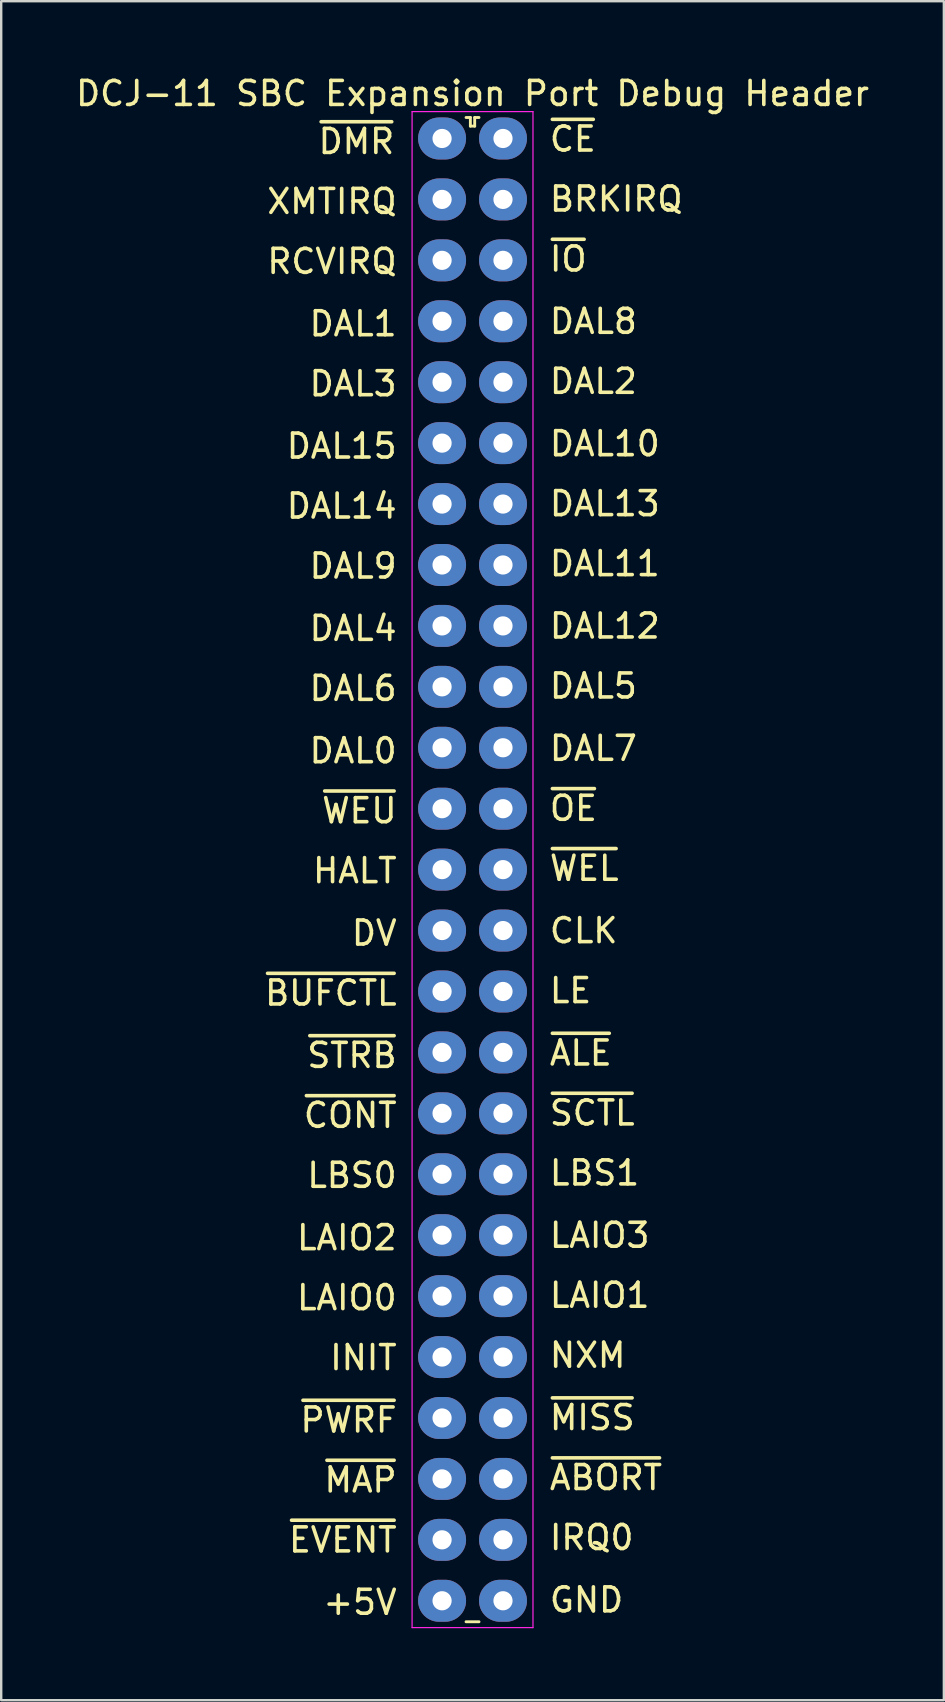
<source format=kicad_pcb>
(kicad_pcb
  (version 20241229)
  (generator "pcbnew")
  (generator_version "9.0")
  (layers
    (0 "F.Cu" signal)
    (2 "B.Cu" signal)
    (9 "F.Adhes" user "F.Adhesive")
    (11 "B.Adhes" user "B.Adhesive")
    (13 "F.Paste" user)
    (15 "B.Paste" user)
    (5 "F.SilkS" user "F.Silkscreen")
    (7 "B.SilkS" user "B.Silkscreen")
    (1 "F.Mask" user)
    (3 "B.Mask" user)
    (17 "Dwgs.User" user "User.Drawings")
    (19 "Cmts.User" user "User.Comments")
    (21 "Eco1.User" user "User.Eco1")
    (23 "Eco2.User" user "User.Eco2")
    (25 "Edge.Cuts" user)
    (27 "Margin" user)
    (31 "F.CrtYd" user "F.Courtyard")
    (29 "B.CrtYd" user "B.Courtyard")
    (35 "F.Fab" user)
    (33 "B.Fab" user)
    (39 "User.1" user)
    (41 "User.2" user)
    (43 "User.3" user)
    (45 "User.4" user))
  (footprint "DCJ-11 SBC Expansion Port Debug Header"
    (layer "F.Cu")
    (at 16.379 32.933)
    (property "Reference" "DCJ-11 SBC Expansion Port Debug Header" (at 0.27 -32.085 0) (layer "F.SilkS") (effects (font (size 1 1) (thickness 0.15))))
    (attr through_hole)
    (fp_line (start 0 31.625) (end 0.54 31.625) (stroke (width 0.12) (type default)) (layer "F.SilkS"))
    (fp_line (start 0.18 -31.085) (end 0.000001 -31.085) (stroke (width 0.12) (type default)) (layer "F.SilkS"))
    (fp_line (start 0.18 -30.725) (end 0.18 -31.085) (stroke (width 0.12) (type default)) (layer "F.SilkS"))
    (fp_line (start 0.36 -31.085) (end 0.36 -30.725) (stroke (width 0.12) (type default)) (layer "F.SilkS"))
    (fp_line (start 0.36 -30.725) (end 0.18 -30.725) (stroke (width 0.12) (type default)) (layer "F.SilkS"))
    (fp_line (start 0.54 -31.085) (end 0.36 -31.085) (stroke (width 0.12) (type default)) (layer "F.SilkS"))
    (fp_line (start -2.25 -31.33) (end 2.79 -31.33) (stroke (width 0.05) (type default)) (layer "F.CrtYd"))
    (fp_line (start -2.25 31.87) (end -2.25 -31.33) (stroke (width 0.05) (type default)) (layer "F.CrtYd"))
    (fp_line (start 2.79 -31.33) (end 2.79 31.87) (stroke (width 0.05) (type default)) (layer "F.CrtYd"))
    (fp_line (start 2.79 31.87) (end -2.25 31.87) (stroke (width 0.05) (type default)) (layer "F.CrtYd"))
    (fp_text user "CLK" (at 3.4 3.4 0) (unlocked yes) (layer "F.SilkS") (effects (font (size 1 1) (thickness 0.15)) (justify left bottom)))
    (fp_text user "GND" (at 3.4 31.3 0) (unlocked yes) (layer "F.SilkS") (effects (font (size 1 1) (thickness 0.15)) (justify left bottom)))
    (fp_text user "DAL1" (at -2.8 -21.9 0) (unlocked yes) (layer "F.SilkS") (effects (font (size 1 1) (thickness 0.15)) (justify right bottom)))
    (fp_text user "~{WEL}" (at 3.4 0.8 0) (unlocked yes) (layer "F.SilkS") (effects (font (size 1 1) (thickness 0.15)) (justify left bottom)))
    (fp_text user "IRQ0" (at 3.4 28.7 0) (unlocked yes) (layer "F.SilkS") (effects (font (size 1 1) (thickness 0.15)) (justify left bottom)))
    (fp_text user "DAL12" (at 3.4 -9.3 0) (unlocked yes) (layer "F.SilkS") (effects (font (size 1 1) (thickness 0.15)) (justify left bottom)))
    (fp_text user "~{DMR}" (at -2.9 -29.5 0) (unlocked yes) (layer "F.SilkS") (effects (font (size 1 1) (thickness 0.15)) (justify right bottom)))
    (fp_text user "LAIO2" (at -2.8 16.2 0) (unlocked yes) (layer "F.SilkS") (effects (font (size 1 1) (thickness 0.15)) (justify right bottom)))
    (fp_text user "DAL14" (at -2.8 -14.3 0) (unlocked yes) (layer "F.SilkS") (effects (font (size 1 1) (thickness 0.15)) (justify right bottom)))
    (fp_text user "~{OE}" (at 3.4 -1.7 0) (unlocked yes) (layer "F.SilkS") (effects (font (size 1 1) (thickness 0.15)) (justify left bottom)))
    (fp_text user "INIT" (at -2.8 21.2 0) (unlocked yes) (layer "F.SilkS") (effects (font (size 1 1) (thickness 0.15)) (justify right bottom)))
    (fp_text user "DAL11" (at 3.4 -11.9 0) (unlocked yes) (layer "F.SilkS") (effects (font (size 1 1) (thickness 0.15)) (justify left bottom)))
    (fp_text user "~{CONT}" (at -2.8 11.1 0) (unlocked yes) (layer "F.SilkS") (effects (font (size 1 1) (thickness 0.15)) (justify right bottom)))
    (fp_text user "DAL3" (at -2.8 -19.4 0) (unlocked yes) (layer "F.SilkS") (effects (font (size 1 1) (thickness 0.15)) (justify right bottom)))
    (fp_text user "~{EVENT}" (at -2.8 28.8 0) (unlocked yes) (layer "F.SilkS") (effects (font (size 1 1) (thickness 0.15)) (justify right bottom)))
    (fp_text user "DAL6" (at -2.8 -6.7 0) (unlocked yes) (layer "F.SilkS") (effects (font (size 1 1) (thickness 0.15)) (justify right bottom)))
    (fp_text user "DAL9" (at -2.8 -11.8 0) (unlocked yes) (layer "F.SilkS") (effects (font (size 1 1) (thickness 0.15)) (justify right bottom)))
    (fp_text user "~{SCTL}" (at 3.4 11 0) (unlocked yes) (layer "F.SilkS") (effects (font (size 1 1) (thickness 0.15)) (justify left bottom)))
    (fp_text user "~{MAP}" (at -2.8 26.3 0) (unlocked yes) (layer "F.SilkS") (effects (font (size 1 1) (thickness 0.15)) (justify right bottom)))
    (fp_text user "DAL5" (at 3.4 -6.8 0) (unlocked yes) (layer "F.SilkS") (effects (font (size 1 1) (thickness 0.15)) (justify left bottom)))
    (fp_text user "~{MISS}" (at 3.4 23.7 0) (unlocked yes) (layer "F.SilkS") (effects (font (size 1 1) (thickness 0.15)) (justify left bottom)))
    (fp_text user "DAL13" (at 3.4 -14.4 0) (unlocked yes) (layer "F.SilkS") (effects (font (size 1 1) (thickness 0.15)) (justify left bottom)))
    (fp_text user "HALT" (at -2.8 0.9 0) (unlocked yes) (layer "F.SilkS") (effects (font (size 1 1) (thickness 0.15)) (justify right bottom)))
    (fp_text user "DAL10" (at 3.4 -16.9 0) (unlocked yes) (layer "F.SilkS") (effects (font (size 1 1) (thickness 0.15)) (justify left bottom)))
    (fp_text user "~{BUFCTL}" (at -2.8 6 0) (unlocked yes) (layer "F.SilkS") (effects (font (size 1 1) (thickness 0.15)) (justify right bottom)))
    (fp_text user "~{ALE}" (at 3.4 8.5 0) (unlocked yes) (layer "F.SilkS") (effects (font (size 1 1) (thickness 0.15)) (justify left bottom)))
    (fp_text user "~{ABORT}" (at 3.4 26.2 0) (unlocked yes) (layer "F.SilkS") (effects (font (size 1 1) (thickness 0.15)) (justify left bottom)))
    (fp_text user "LAIO0" (at -2.8 18.7 0) (unlocked yes) (layer "F.SilkS") (effects (font (size 1 1) (thickness 0.15)) (justify right bottom)))
    (fp_text user "DAL0" (at -2.8 -4.1 0) (unlocked yes) (layer "F.SilkS") (effects (font (size 1 1) (thickness 0.15)) (justify right bottom)))
    (fp_text user "LAIO1" (at 3.4 18.6 0) (unlocked yes) (layer "F.SilkS") (effects (font (size 1 1) (thickness 0.15)) (justify left bottom)))
    (fp_text user "DV" (at -2.8 3.5 0) (unlocked yes) (layer "F.SilkS") (effects (font (size 1 1) (thickness 0.15)) (justify right bottom)))
    (fp_text user "DAL4" (at -2.8 -9.2 0) (unlocked yes) (layer "F.SilkS") (effects (font (size 1 1) (thickness 0.15)) (justify right bottom)))
    (fp_text user "XMTIRQ" (at -2.8 -27 0) (unlocked yes) (layer "F.SilkS") (effects (font (size 1 1) (thickness 0.15)) (justify right bottom)))
    (fp_text user "+5V" (at -2.8 31.4 0) (unlocked yes) (layer "F.SilkS") (effects (font (size 1 1) (thickness 0.15)) (justify right bottom)))
    (fp_text user "LBS1" (at 3.4 13.5 0) (unlocked yes) (layer "F.SilkS") (effects (font (size 1 1) (thickness 0.15)) (justify left bottom)))
    (fp_text user "LE" (at 3.4 5.9 0) (unlocked yes) (layer "F.SilkS") (effects (font (size 1 1) (thickness 0.15)) (justify left bottom)))
    (fp_text user "DAL7" (at 3.4 -4.2 0) (unlocked yes) (layer "F.SilkS") (effects (font (size 1 1) (thickness 0.15)) (justify left bottom)))
    (fp_text user "DAL8" (at 3.4 -22 0) (unlocked yes) (layer "F.SilkS") (effects (font (size 1 1) (thickness 0.15)) (justify left bottom)))
    (fp_text user "NXM" (at 3.4 21.1 0) (unlocked yes) (layer "F.SilkS") (effects (font (size 1 1) (thickness 0.15)) (justify left bottom)))
    (fp_text user "~{STRB}" (at -2.8 8.6 0) (unlocked yes) (layer "F.SilkS") (effects (font (size 1 1) (thickness 0.15)) (justify right bottom)))
    (fp_text user "RCVIRQ" (at -2.8 -24.5 0) (unlocked yes) (layer "F.SilkS") (effects (font (size 1 1) (thickness 0.15)) (justify right bottom)))
    (fp_text user "DAL15" (at -2.8 -16.8 0) (unlocked yes) (layer "F.SilkS") (effects (font (size 1 1) (thickness 0.15)) (justify right bottom)))
    (fp_text user "~{PWRF}" (at -2.8 23.8 0) (unlocked yes) (layer "F.SilkS") (effects (font (size 1 1) (thickness 0.15)) (justify right bottom)))
    (fp_text user "~{IO}" (at 3.4 -24.6 0) (unlocked yes) (layer "F.SilkS") (effects (font (size 1 1) (thickness 0.15)) (justify left bottom)))
    (fp_text user "~{CE}" (at 3.4 -29.6 0) (unlocked yes) (layer "F.SilkS") (effects (font (size 1 1) (thickness 0.15)) (justify left bottom)))
    (fp_text user "DAL2" (at 3.4 -19.5 0) (unlocked yes) (layer "F.SilkS") (effects (font (size 1 1) (thickness 0.15)) (justify left bottom)))
    (fp_text user "LBS0" (at -2.8 13.6 0) (unlocked yes) (layer "F.SilkS") (effects (font (size 1 1) (thickness 0.15)) (justify right bottom)))
    (fp_text user "~{WEU}" (at -2.8 -1.6 0) (unlocked yes) (layer "F.SilkS") (effects (font (size 1 1) (thickness 0.15)) (justify right bottom)))
    (fp_text user "BRKIRQ" (at 3.4 -27.1 0) (unlocked yes) (layer "F.SilkS") (effects (font (size 1 1) (thickness 0.15)) (justify left bottom)))
    (fp_text user "LAIO3" (at 3.4 16.1 0) (unlocked yes) (layer "F.SilkS") (effects (font (size 1 1) (thickness 0.15)) (justify left bottom)))
    (pad "1" thru_hole oval (at -1 -30.21 270) (size 1.75 2) (drill 0.8) (layers "*.Cu" "*.Mask"))
    (pad "2" thru_hole oval (at -1 -27.67 270) (size 1.75 2) (drill 0.8) (layers "*.Cu" "*.Mask"))
    (pad "3" thru_hole oval (at -1 -25.13 270) (size 1.75 2) (drill 0.8) (layers "*.Cu" "*.Mask"))
    (pad "4" thru_hole oval (at -1 -22.59 270) (size 1.75 2) (drill 0.8) (layers "*.Cu" "*.Mask"))
    (pad "5" thru_hole oval (at -1 -20.05 270) (size 1.75 2) (drill 0.8) (layers "*.Cu" "*.Mask"))
    (pad "6" thru_hole oval (at -1 -17.51 270) (size 1.75 2) (drill 0.8) (layers "*.Cu" "*.Mask"))
    (pad "7" thru_hole oval (at -1 -14.97 270) (size 1.75 2) (drill 0.8) (layers "*.Cu" "*.Mask"))
    (pad "8" thru_hole oval (at -1 -12.43 270) (size 1.75 2) (drill 0.8) (layers "*.Cu" "*.Mask"))
    (pad "9" thru_hole oval (at -1 -9.89 270) (size 1.75 2) (drill 0.8) (layers "*.Cu" "*.Mask"))
    (pad "10" thru_hole oval (at -1 -7.35 270) (size 1.75 2) (drill 0.8) (layers "*.Cu" "*.Mask"))
    (pad "11" thru_hole oval (at -1 -4.81 270) (size 1.75 2) (drill 0.8) (layers "*.Cu" "*.Mask"))
    (pad "12" thru_hole oval (at -1 -2.27 270) (size 1.75 2) (drill 0.8) (layers "*.Cu" "*.Mask"))
    (pad "13" thru_hole oval (at -1 0.27 270) (size 1.75 2) (drill 0.8) (layers "*.Cu" "*.Mask"))
    (pad "14" thru_hole oval (at -1 2.81 270) (size 1.75 2) (drill 0.8) (layers "*.Cu" "*.Mask"))
    (pad "15" thru_hole oval (at -1 5.35 270) (size 1.75 2) (drill 0.8) (layers "*.Cu" "*.Mask"))
    (pad "16" thru_hole oval (at -1 7.89 270) (size 1.75 2) (drill 0.8) (layers "*.Cu" "*.Mask"))
    (pad "17" thru_hole oval (at -1 10.43 270) (size 1.75 2) (drill 0.8) (layers "*.Cu" "*.Mask"))
    (pad "18" thru_hole oval (at -1 12.97 270) (size 1.75 2) (drill 0.8) (layers "*.Cu" "*.Mask"))
    (pad "19" thru_hole oval (at -1 15.51 270) (size 1.75 2) (drill 0.8) (layers "*.Cu" "*.Mask"))
    (pad "20" thru_hole oval (at -1 18.05 270) (size 1.75 2) (drill 0.8) (layers "*.Cu" "*.Mask"))
    (pad "21" thru_hole oval (at -1 20.59 270) (size 1.75 2) (drill 0.8) (layers "*.Cu" "*.Mask"))
    (pad "22" thru_hole oval (at -1 23.13 270) (size 1.75 2) (drill 0.8) (layers "*.Cu" "*.Mask"))
    (pad "23" thru_hole oval (at -1 25.67 270) (size 1.75 2) (drill 0.8) (layers "*.Cu" "*.Mask"))
    (pad "24" thru_hole oval (at -1 28.21 270) (size 1.75 2) (drill 0.8) (layers "*.Cu" "*.Mask"))
    (pad "25" thru_hole oval (at -1 30.75 270) (size 1.75 2) (drill 0.8) (layers "*.Cu" "*.Mask"))
    (pad "26" thru_hole oval (at 1.54 30.75 270) (size 1.75 2) (drill 0.8) (layers "*.Cu" "*.Mask"))
    (pad "27" thru_hole oval (at 1.54 28.21 270) (size 1.75 2) (drill 0.8) (layers "*.Cu" "*.Mask"))
    (pad "28" thru_hole oval (at 1.54 25.67 270) (size 1.75 2) (drill 0.8) (layers "*.Cu" "*.Mask"))
    (pad "29" thru_hole oval (at 1.54 23.13 270) (size 1.75 2) (drill 0.8) (layers "*.Cu" "*.Mask"))
    (pad "30" thru_hole oval (at 1.54 20.59 270) (size 1.75 2) (drill 0.8) (layers "*.Cu" "*.Mask"))
    (pad "31" thru_hole oval (at 1.54 18.05 270) (size 1.75 2) (drill 0.8) (layers "*.Cu" "*.Mask"))
    (pad "32" thru_hole oval (at 1.54 15.51 270) (size 1.75 2) (drill 0.8) (layers "*.Cu" "*.Mask"))
    (pad "33" thru_hole oval (at 1.54 12.97 270) (size 1.75 2) (drill 0.8) (layers "*.Cu" "*.Mask"))
    (pad "34" thru_hole oval (at 1.54 10.43 270) (size 1.75 2) (drill 0.8) (layers "*.Cu" "*.Mask"))
    (pad "35" thru_hole oval (at 1.54 7.89 270) (size 1.75 2) (drill 0.8) (layers "*.Cu" "*.Mask"))
    (pad "36" thru_hole oval (at 1.54 5.35 270) (size 1.75 2) (drill 0.8) (layers "*.Cu" "*.Mask"))
    (pad "37" thru_hole oval (at 1.54 2.81 270) (size 1.75 2) (drill 0.8) (layers "*.Cu" "*.Mask"))
    (pad "38" thru_hole oval (at 1.54 0.27 270) (size 1.75 2) (drill 0.8) (layers "*.Cu" "*.Mask"))
    (pad "39" thru_hole oval (at 1.54 -2.27 270) (size 1.75 2) (drill 0.8) (layers "*.Cu" "*.Mask"))
    (pad "40" thru_hole oval (at 1.54 -4.81 270) (size 1.75 2) (drill 0.8) (layers "*.Cu" "*.Mask"))
    (pad "41" thru_hole oval (at 1.54 -7.35 270) (size 1.75 2) (drill 0.8) (layers "*.Cu" "*.Mask"))
    (pad "42" thru_hole oval (at 1.54 -9.89 270) (size 1.75 2) (drill 0.8) (layers "*.Cu" "*.Mask"))
    (pad "43" thru_hole oval (at 1.54 -12.43 270) (size 1.75 2) (drill 0.8) (layers "*.Cu" "*.Mask"))
    (pad "44" thru_hole oval (at 1.54 -14.97 270) (size 1.75 2) (drill 0.8) (layers "*.Cu" "*.Mask"))
    (pad "45" thru_hole oval (at 1.54 -17.51 270) (size 1.75 2) (drill 0.8) (layers "*.Cu" "*.Mask"))
    (pad "46" thru_hole oval (at 1.54 -20.05 270) (size 1.75 2) (drill 0.8) (layers "*.Cu" "*.Mask"))
    (pad "47" thru_hole oval (at 1.54 -22.59 270) (size 1.75 2) (drill 0.8) (layers "*.Cu" "*.Mask"))
    (pad "48" thru_hole oval (at 1.54 -25.13 270) (size 1.75 2) (drill 0.8) (layers "*.Cu" "*.Mask"))
    (pad "49" thru_hole oval (at 1.54 -27.67 270) (size 1.75 2) (drill 0.8) (layers "*.Cu" "*.Mask"))
    (pad "50" thru_hole oval (at 1.54 -30.21 270) (size 1.75 2) (drill 0.8) (layers "*.Cu" "*.Mask")))
  (gr_rect
    (start -3 -3)
    (end 36.298 67.828)
    (stroke (width 0.1) (type default))
    (fill no)
    (layer "Edge.Cuts")))
</source>
